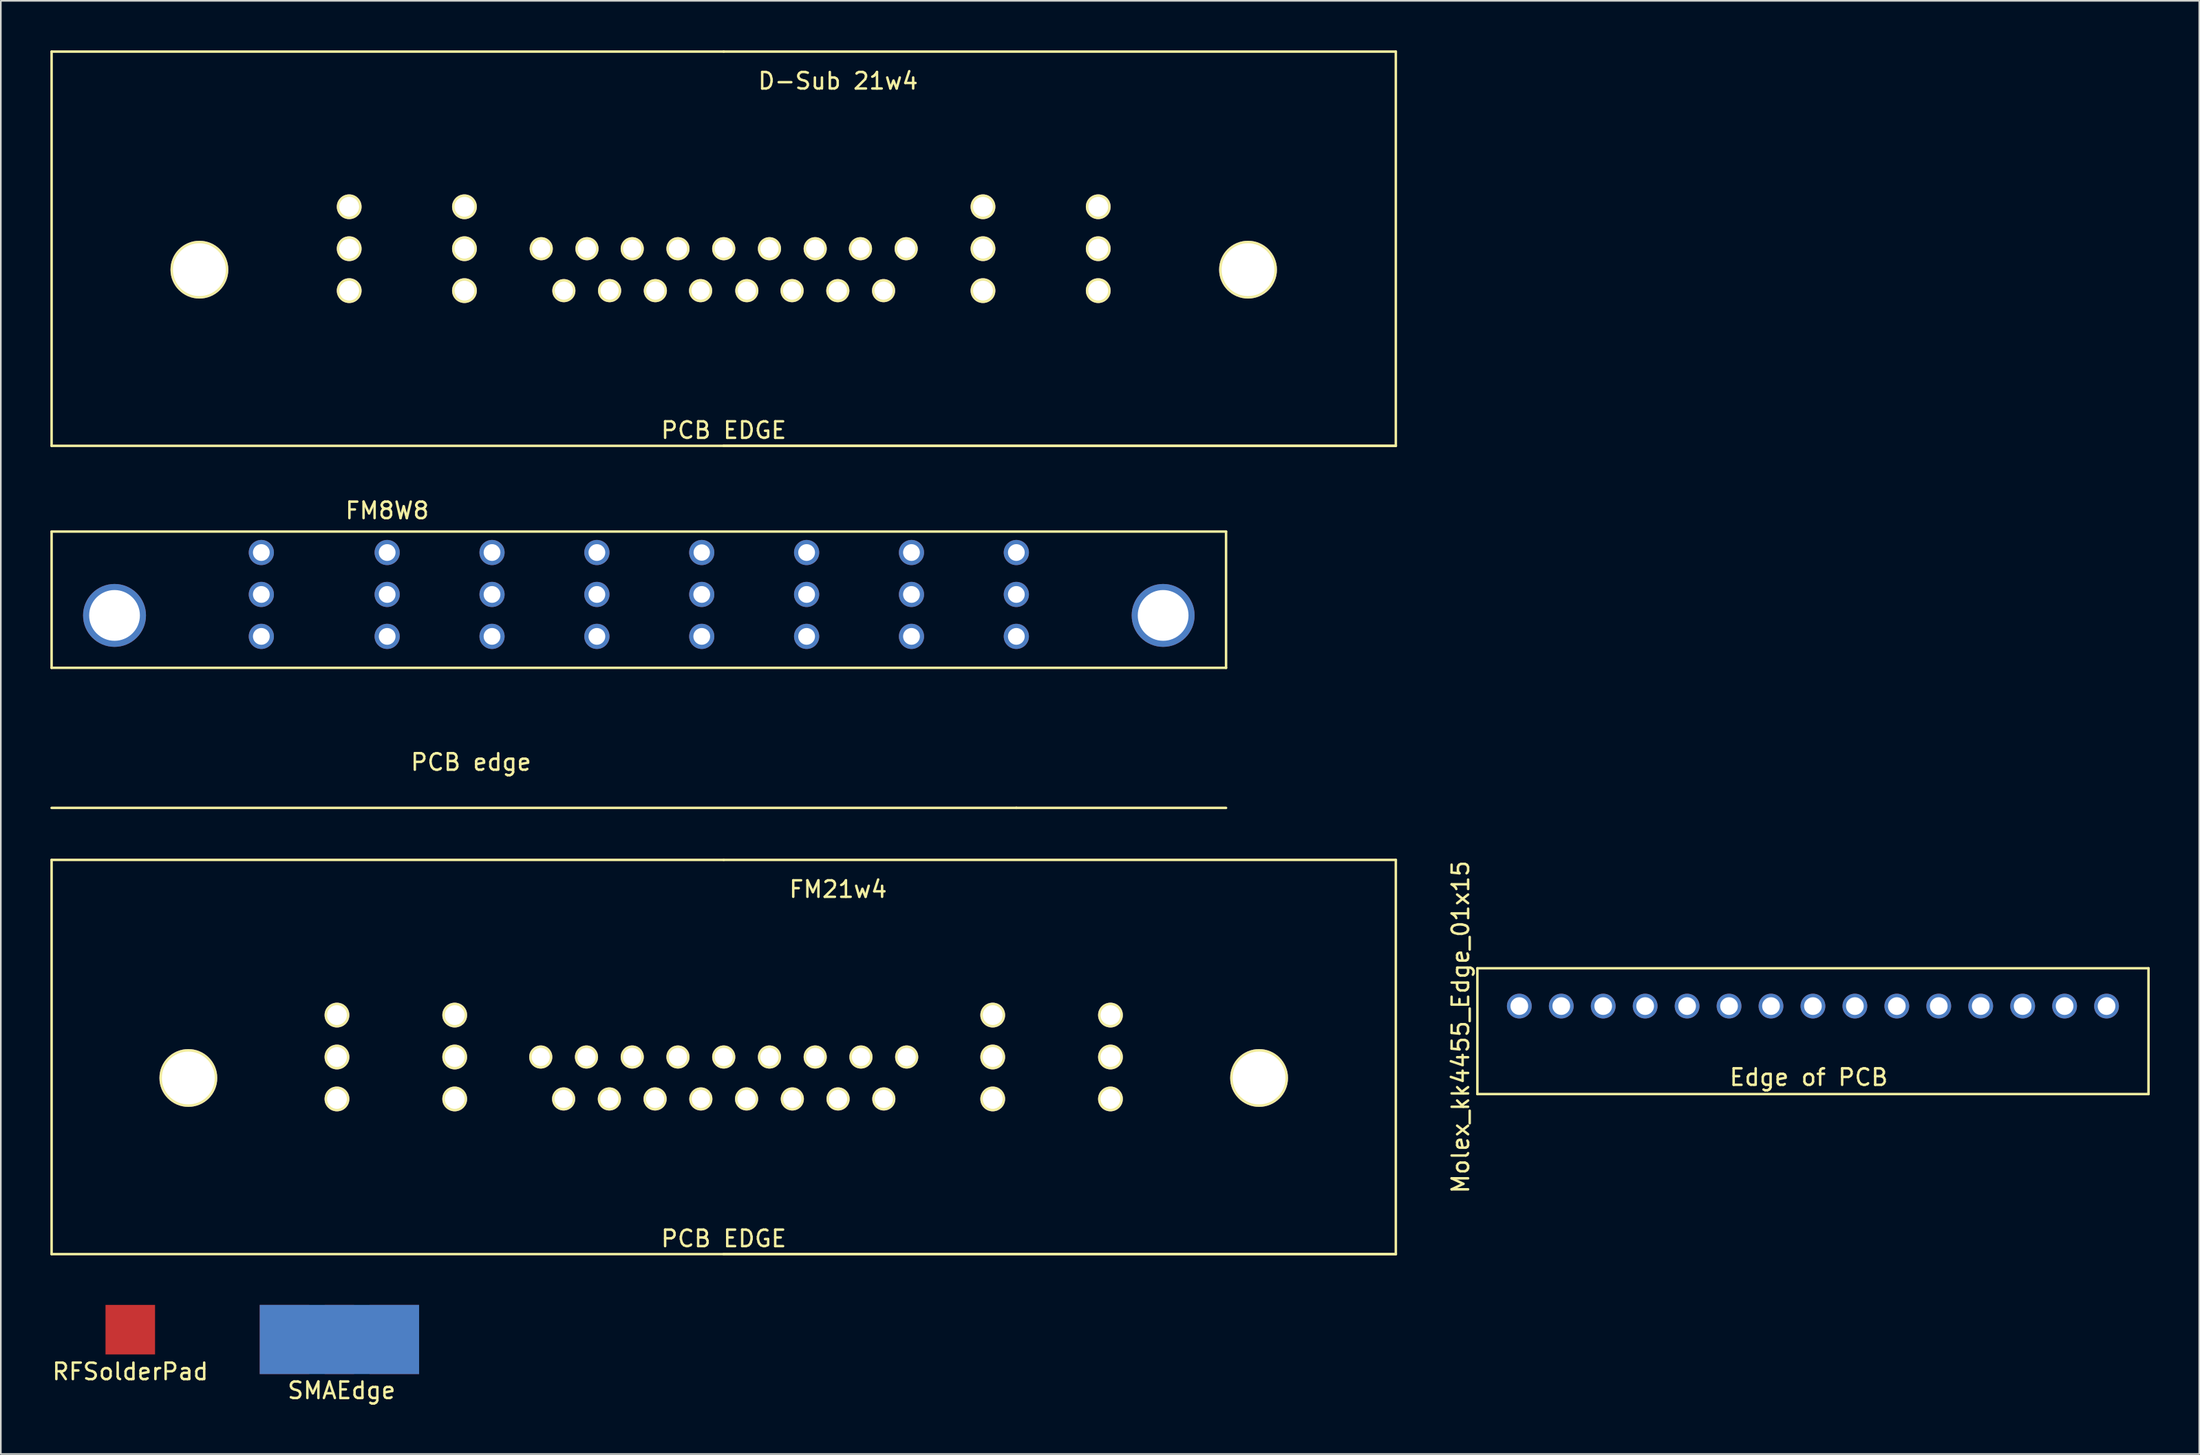
<source format=kicad_pcb>
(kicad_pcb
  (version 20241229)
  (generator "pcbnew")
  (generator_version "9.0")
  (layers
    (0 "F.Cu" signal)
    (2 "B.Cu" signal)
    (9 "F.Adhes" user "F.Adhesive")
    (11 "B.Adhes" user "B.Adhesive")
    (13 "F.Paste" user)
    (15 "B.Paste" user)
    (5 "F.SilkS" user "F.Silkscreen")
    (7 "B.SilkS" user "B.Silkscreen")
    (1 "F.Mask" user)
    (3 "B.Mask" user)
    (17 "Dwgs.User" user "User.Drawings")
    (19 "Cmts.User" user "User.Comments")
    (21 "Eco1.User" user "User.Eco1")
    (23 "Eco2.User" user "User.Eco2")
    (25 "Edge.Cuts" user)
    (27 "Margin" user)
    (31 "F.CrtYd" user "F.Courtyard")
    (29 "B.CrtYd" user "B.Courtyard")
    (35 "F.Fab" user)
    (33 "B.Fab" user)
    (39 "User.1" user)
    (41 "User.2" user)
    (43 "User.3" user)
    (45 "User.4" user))
  (footprint "FM8W8"
    (layer "F.Cu")
    (at 35.635 34.228)
    (property "Reference" "FM8W8" (at -15.24 -6.35 180) (layer "F.SilkS") (effects (font (size 1 1) (thickness 0.15))))
    (attr through_hole)
    (fp_line (start -35.56 -5.08) (end -35.56 3.175) (stroke (width 0.15) (type solid)) (layer "F.SilkS"))
    (fp_line (start -35.56 3.175) (end 35.56 3.175) (stroke (width 0.15) (type solid)) (layer "F.SilkS"))
    (fp_line (start -35.56 11.659) (end 22.86 11.659) (stroke (width 0.15) (type solid)) (layer "F.SilkS"))
    (fp_line (start 22.86 11.659) (end 35.56 11.659) (stroke (width 0.15) (type solid)) (layer "F.SilkS"))
    (fp_line (start 35.56 -5.08) (end -35.56 -5.08) (stroke (width 0.15) (type solid)) (layer "F.SilkS"))
    (fp_line (start 35.56 3.175) (end 35.56 -5.08) (stroke (width 0.15) (type solid)) (layer "F.SilkS"))
    (fp_text user "PCB edge" (at -10.16 8.89 0) (layer "F.SilkS") (effects (font (size 1 1) (thickness 0.15))))
    (pad "" thru_hole circle (at -31.75 0) (size 3.81 3.81) (drill 3.073) (layers "*.Cu" "*.Mask"))
    (pad "" thru_hole circle (at 31.75 0) (size 3.81 3.81) (drill 3.073) (layers "*.Cu" "*.Mask"))
    (pad "1" thru_hole circle (at -22.86 -1.27) (size 1.524 1.524) (drill 1.016) (layers "*.Cu" "*.Mask"))
    (pad "2" thru_hole circle (at -15.24 -1.27) (size 1.524 1.524) (drill 1.016) (layers "*.Cu" "*.Mask"))
    (pad "3" thru_hole circle (at -8.89 -1.27) (size 1.524 1.524) (drill 1.016) (layers "*.Cu" "*.Mask"))
    (pad "4" thru_hole circle (at -2.54 -1.27) (size 1.524 1.524) (drill 1.016) (layers "*.Cu" "*.Mask"))
    (pad "5" thru_hole circle (at 3.81 -1.27) (size 1.524 1.524) (drill 1.016) (layers "*.Cu" "*.Mask"))
    (pad "6" thru_hole circle (at 10.16 -1.27) (size 1.524 1.524) (drill 1.016) (layers "*.Cu" "*.Mask"))
    (pad "7" thru_hole circle (at 16.51 -1.27) (size 1.524 1.524) (drill 1.016) (layers "*.Cu" "*.Mask"))
    (pad "8" thru_hole circle (at 22.86 -1.27) (size 1.524 1.524) (drill 1.016) (layers "*.Cu" "*.Mask"))
    (pad "GNDD" thru_hole circle (at -22.86 -3.81) (size 1.524 1.524) (drill 1.016) (layers "*.Cu" "*.Mask"))
    (pad "GNDD" thru_hole circle (at -22.86 1.27) (size 1.524 1.524) (drill 1.016) (layers "*.Cu" "*.Mask"))
    (pad "GNDD" thru_hole circle (at -15.24 -3.81) (size 1.524 1.524) (drill 1.016) (layers "*.Cu" "*.Mask"))
    (pad "GNDD" thru_hole circle (at -15.24 1.27) (size 1.524 1.524) (drill 1.016) (layers "*.Cu" "*.Mask"))
    (pad "GNDD" thru_hole circle (at -8.89 -3.81) (size 1.524 1.524) (drill 1.016) (layers "*.Cu" "*.Mask"))
    (pad "GNDD" thru_hole circle (at -8.89 1.27) (size 1.524 1.524) (drill 1.016) (layers "*.Cu" "*.Mask"))
    (pad "GNDD" thru_hole circle (at -2.54 -3.81) (size 1.524 1.524) (drill 1.016) (layers "*.Cu" "*.Mask"))
    (pad "GNDD" thru_hole circle (at -2.54 1.27) (size 1.524 1.524) (drill 1.016) (layers "*.Cu" "*.Mask"))
    (pad "GNDD" thru_hole circle (at 3.81 -3.81) (size 1.524 1.524) (drill 0.991) (layers "*.Cu" "*.Mask"))
    (pad "GNDD" thru_hole circle (at 3.81 1.27) (size 1.524 1.524) (drill 1.016) (layers "*.Cu" "*.Mask"))
    (pad "GNDD" thru_hole circle (at 10.16 -3.81) (size 1.524 1.524) (drill 1.016) (layers "*.Cu" "*.Mask"))
    (pad "GNDD" thru_hole circle (at 10.16 1.27) (size 1.524 1.524) (drill 1.016) (layers "*.Cu" "*.Mask"))
    (pad "GNDD" thru_hole circle (at 16.51 -3.81) (size 1.524 1.524) (drill 1.016) (layers "*.Cu" "*.Mask"))
    (pad "GNDD" thru_hole circle (at 16.51 1.27) (size 1.524 1.524) (drill 1.016) (layers "*.Cu" "*.Mask"))
    (pad "GNDD" thru_hole circle (at 22.86 -3.81) (size 1.524 1.524) (drill 1.016) (layers "*.Cu" "*.Mask"))
    (pad "GNDD" thru_hole circle (at 22.86 1.27) (size 1.524 1.524) (drill 1.016) (layers "*.Cu" "*.Mask")))
  (footprint "FM21w4"
    (layer "F.Cu")
    (at 40.775 60.977)
    (property "Reference" "FM21w4" (at 6.925 -10.16 0) (layer "F.SilkS") (effects (font (size 1 1) (thickness 0.15))))
    (attr through_hole)
    (fp_line (start -40.7 -11.94) (end 0 -11.94) (stroke (width 0.15) (type solid)) (layer "F.SilkS"))
    (fp_line (start -40.7 11.94) (end -40.7 -11.94) (stroke (width 0.15) (type solid)) (layer "F.SilkS"))
    (fp_line (start 0 -11.94) (end 40.7 -11.94) (stroke (width 0.15) (type solid)) (layer "F.SilkS"))
    (fp_line (start 0 11.94) (end -40.7 11.94) (stroke (width 0.15) (type solid)) (layer "F.SilkS"))
    (fp_line (start 0 11.94) (end 40.7 11.94) (stroke (width 0.15) (type solid)) (layer "F.SilkS"))
    (fp_line (start 40.7 -11.94) (end 40.7 11.94) (stroke (width 0.15) (type solid)) (layer "F.SilkS"))
    (fp_line (start 40.7 11.94) (end 0 11.94) (stroke (width 0.15) (type solid)) (layer "F.SilkS"))
    (fp_text user "PCB EDGE" (at 0 11 0) (layer "F.SilkS") (effects (font (size 1 1) (thickness 0.15))))
    (pad "" thru_hole circle (at -32.42 1.27) (size 3.5 3.5) (drill 3.2) (layers "*.Cu" "*.Mask" "F.SilkS"))
    (pad "" thru_hole circle (at 32.42 1.27) (size 3.5 3.5) (drill 3.2) (layers "*.Cu" "*.Mask" "F.SilkS"))
    (pad "1" thru_hole circle (at 11.08 0) (size 1.4 1.4) (drill 1.1) (layers "*.Cu" "*.Mask" "F.SilkS"))
    (pad "2" thru_hole circle (at 8.31 0) (size 1.4 1.4) (drill 1.1) (layers "*.Cu" "*.Mask" "F.SilkS"))
    (pad "3" thru_hole circle (at 5.54 0) (size 1.4 1.4) (drill 1.1) (layers "*.Cu" "*.Mask" "F.SilkS"))
    (pad "4" thru_hole circle (at 2.77 0) (size 1.4 1.4) (drill 1.1) (layers "*.Cu" "*.Mask" "F.SilkS"))
    (pad "5" thru_hole circle (at 0 0) (size 1.4 1.4) (drill 1.1) (layers "*.Cu" "*.Mask" "F.SilkS"))
    (pad "6" thru_hole circle (at -2.77 0) (size 1.4 1.4) (drill 1.1) (layers "*.Cu" "*.Mask" "F.SilkS"))
    (pad "7" thru_hole circle (at -5.54 0) (size 1.4 1.4) (drill 1.1) (layers "*.Cu" "*.Mask" "F.SilkS"))
    (pad "8" thru_hole circle (at -8.31 0) (size 1.4 1.4) (drill 1.1) (layers "*.Cu" "*.Mask" "F.SilkS"))
    (pad "9" thru_hole circle (at -11.08 0) (size 1.4 1.4) (drill 1.1) (layers "*.Cu" "*.Mask" "F.SilkS"))
    (pad "10" thru_hole circle (at 9.695 2.54) (size 1.4 1.4) (drill 1.1) (layers "*.Cu" "*.Mask" "F.SilkS"))
    (pad "11" thru_hole circle (at 6.925 2.54) (size 1.4 1.4) (drill 1.1) (layers "*.Cu" "*.Mask" "F.SilkS"))
    (pad "12" thru_hole circle (at 4.155 2.54) (size 1.4 1.4) (drill 1.1) (layers "*.Cu" "*.Mask" "F.SilkS"))
    (pad "13" thru_hole circle (at 1.385 2.54) (size 1.4 1.4) (drill 1.1) (layers "*.Cu" "*.Mask" "F.SilkS"))
    (pad "14" thru_hole circle (at -1.385 2.54) (size 1.4 1.4) (drill 1.1) (layers "*.Cu" "*.Mask" "F.SilkS"))
    (pad "15" thru_hole circle (at -4.155 2.54) (size 1.4 1.4) (drill 1.1) (layers "*.Cu" "*.Mask" "F.SilkS"))
    (pad "16" thru_hole circle (at -6.925 2.54) (size 1.4 1.4) (drill 1.1) (layers "*.Cu" "*.Mask" "F.SilkS"))
    (pad "17" thru_hole circle (at -9.695 2.54) (size 1.4 1.4) (drill 1.1) (layers "*.Cu" "*.Mask" "F.SilkS"))
    (pad "A1" thru_hole circle (at 23.42 0) (size 1.5 1.5) (drill 1.2) (layers "*.Cu" "*.Mask" "F.SilkS"))
    (pad "A2" thru_hole circle (at 16.29 0) (size 1.5 1.5) (drill 1.2) (layers "*.Cu" "*.Mask" "F.SilkS"))
    (pad "A3" thru_hole circle (at -16.29 0) (size 1.5 1.5) (drill 1.2) (layers "*.Cu" "*.Mask" "F.SilkS"))
    (pad "A4" thru_hole circle (at -23.42 0) (size 1.5 1.5) (drill 1.2) (layers "*.Cu" "*.Mask" "F.SilkS"))
    (pad "GNDD" thru_hole circle (at -23.42 -2.54) (size 1.5 1.5) (drill 1.2) (layers "*.Cu" "*.Mask" "F.SilkS"))
    (pad "GNDD" thru_hole circle (at -23.42 2.54) (size 1.5 1.5) (drill 1.2) (layers "*.Cu" "*.Mask" "F.SilkS"))
    (pad "GNDD" thru_hole circle (at -16.29 -2.54) (size 1.5 1.5) (drill 1.2) (layers "*.Cu" "*.Mask" "F.SilkS"))
    (pad "GNDD" thru_hole circle (at -16.29 2.54) (size 1.5 1.5) (drill 1.2) (layers "*.Cu" "*.Mask" "F.SilkS"))
    (pad "GNDD" thru_hole circle (at 16.29 -2.54) (size 1.5 1.5) (drill 1.2) (layers "*.Cu" "*.Mask" "F.SilkS"))
    (pad "GNDD" thru_hole circle (at 16.29 2.54) (size 1.5 1.5) (drill 1.2) (layers "*.Cu" "*.Mask" "F.SilkS"))
    (pad "GNDD" thru_hole circle (at 23.42 -2.54) (size 1.5 1.5) (drill 1.2) (layers "*.Cu" "*.Mask" "F.SilkS"))
    (pad "GNDD" thru_hole circle (at 23.42 2.54) (size 1.5 1.5) (drill 1.2) (layers "*.Cu" "*.Mask" "F.SilkS")))
  (footprint "RFSolderPad"
    (layer "F.Cu")
    (at 4.839 77.492)
    (property "Reference" "RFSolderPad" (at 0 2.54 0) (layer "F.SilkS") (effects (font (size 1 1) (thickness 0.15))))
    (attr through_hole)
    (pad "" smd rect (at 0 0) (size 3 3) (layers "F.Cu" "F.Mask" "F.Paste")))
  (footprint "D-Sub 21w4"
    (layer "F.Cu")
    (at 40.775 12.015)
    (property "Reference" "D-Sub 21w4" (at 6.925 -10.16 0) (layer "F.SilkS") (effects (font (size 1 1) (thickness 0.15))))
    (attr through_hole)
    (fp_line (start -40.7 -11.94) (end 0 -11.94) (stroke (width 0.15) (type solid)) (layer "F.SilkS"))
    (fp_line (start -40.7 11.94) (end -40.7 -11.94) (stroke (width 0.15) (type solid)) (layer "F.SilkS"))
    (fp_line (start 0 -11.94) (end 40.7 -11.94) (stroke (width 0.15) (type solid)) (layer "F.SilkS"))
    (fp_line (start 0 11.94) (end -40.7 11.94) (stroke (width 0.15) (type solid)) (layer "F.SilkS"))
    (fp_line (start 0 11.94) (end 40.7 11.94) (stroke (width 0.15) (type solid)) (layer "F.SilkS"))
    (fp_line (start 40.7 -11.94) (end 40.7 11.94) (stroke (width 0.15) (type solid)) (layer "F.SilkS"))
    (fp_line (start 40.7 11.94) (end 0 11.94) (stroke (width 0.15) (type solid)) (layer "F.SilkS"))
    (fp_text user "PCB EDGE" (at 0 11 0) (layer "F.SilkS") (effects (font (size 1 1) (thickness 0.15))))
    (pad "" thru_hole circle (at -31.75 1.27) (size 3.5 3.5) (drill 3.2) (layers "*.Cu" "*.Mask" "F.SilkS"))
    (pad "" thru_hole circle (at 31.75 1.27) (size 3.5 3.5) (drill 3.2) (layers "*.Cu" "*.Mask" "F.SilkS"))
    (pad "1" thru_hole circle (at -11.05 0) (size 1.4 1.4) (drill 1.1) (layers "*.Cu" "*.Mask" "F.SilkS"))
    (pad "2" thru_hole circle (at -8.28 0) (size 1.4 1.4) (drill 1.1) (layers "*.Cu" "*.Mask" "F.SilkS"))
    (pad "3" thru_hole circle (at -5.54 0) (size 1.4 1.4) (drill 1.1) (layers "*.Cu" "*.Mask" "F.SilkS"))
    (pad "4" thru_hole circle (at -2.77 0) (size 1.4 1.4) (drill 1.1) (layers "*.Cu" "*.Mask" "F.SilkS"))
    (pad "5" thru_hole circle (at 0 0) (size 1.4 1.4) (drill 1.1) (layers "*.Cu" "*.Mask" "F.SilkS"))
    (pad "6" thru_hole circle (at 2.77 0) (size 1.4 1.4) (drill 1.1) (layers "*.Cu" "*.Mask" "F.SilkS"))
    (pad "7" thru_hole circle (at 5.54 0) (size 1.4 1.4) (drill 1.1) (layers "*.Cu" "*.Mask" "F.SilkS"))
    (pad "8" thru_hole circle (at 8.28 0) (size 1.4 1.4) (drill 1.1) (layers "*.Cu" "*.Mask" "F.SilkS"))
    (pad "9" thru_hole circle (at 11.05 0) (size 1.4 1.4) (drill 1.1) (layers "*.Cu" "*.Mask" "F.SilkS"))
    (pad "10" thru_hole circle (at -9.68 2.54) (size 1.4 1.4) (drill 1.1) (layers "*.Cu" "*.Mask" "F.SilkS"))
    (pad "11" thru_hole circle (at -6.91 2.54) (size 1.4 1.4) (drill 1.1) (layers "*.Cu" "*.Mask" "F.SilkS"))
    (pad "12" thru_hole circle (at -4.14 2.54) (size 1.4 1.4) (drill 1.1) (layers "*.Cu" "*.Mask" "F.SilkS"))
    (pad "13" thru_hole circle (at -1.4 2.54) (size 1.4 1.4) (drill 1.1) (layers "*.Cu" "*.Mask" "F.SilkS"))
    (pad "14" thru_hole circle (at 1.4 2.54) (size 1.4 1.4) (drill 1.1) (layers "*.Cu" "*.Mask" "F.SilkS"))
    (pad "15" thru_hole circle (at 4.14 2.54) (size 1.4 1.4) (drill 1.1) (layers "*.Cu" "*.Mask" "F.SilkS"))
    (pad "16" thru_hole circle (at 6.91 2.54) (size 1.4 1.4) (drill 1.1) (layers "*.Cu" "*.Mask" "F.SilkS"))
    (pad "17" thru_hole circle (at 9.68 2.54) (size 1.4 1.4) (drill 1.1) (layers "*.Cu" "*.Mask" "F.SilkS"))
    (pad "A1" thru_hole circle (at -22.68 0) (size 1.5 1.5) (drill 1.2) (layers "*.Cu" "*.Mask" "F.SilkS"))
    (pad "A2" thru_hole circle (at -15.7 0) (size 1.5 1.5) (drill 1.2) (layers "*.Cu" "*.Mask" "F.SilkS"))
    (pad "A3" thru_hole circle (at 15.7 0) (size 1.5 1.5) (drill 1.2) (layers "*.Cu" "*.Mask" "F.SilkS"))
    (pad "A4" thru_hole circle (at 22.68 0) (size 1.5 1.5) (drill 1.2) (layers "*.Cu" "*.Mask" "F.SilkS"))
    (pad "GNDD" thru_hole circle (at -22.68 -2.54) (size 1.5 1.5) (drill 1.2) (layers "*.Cu" "*.Mask" "F.SilkS"))
    (pad "GNDD" thru_hole circle (at -22.68 2.54) (size 1.5 1.5) (drill 1.2) (layers "*.Cu" "*.Mask" "F.SilkS"))
    (pad "GNDD" thru_hole circle (at -15.7 -2.54) (size 1.5 1.5) (drill 1.2) (layers "*.Cu" "*.Mask" "F.SilkS"))
    (pad "GNDD" thru_hole circle (at -15.7 2.54) (size 1.5 1.5) (drill 1.2) (layers "*.Cu" "*.Mask" "F.SilkS"))
    (pad "GNDD" thru_hole circle (at 15.7 -2.54) (size 1.5 1.5) (drill 1.2) (layers "*.Cu" "*.Mask" "F.SilkS"))
    (pad "GNDD" thru_hole circle (at 15.7 2.54) (size 1.5 1.5) (drill 1.2) (layers "*.Cu" "*.Mask" "F.SilkS"))
    (pad "GNDD" thru_hole circle (at 22.68 -2.54) (size 1.5 1.5) (drill 1.2) (layers "*.Cu" "*.Mask" "F.SilkS"))
    (pad "GNDD" thru_hole circle (at 22.68 2.54) (size 1.5 1.5) (drill 1.2) (layers "*.Cu" "*.Mask" "F.SilkS")))
  (footprint "Molex_kk4455_Edge_01x15"
    (layer "F.Cu")
    (at 106.734 63.222)
    (property "Reference" "Molex_kk4455_Edge_01x15" (at -21.336 -4.064 90) (layer "F.SilkS") (effects (font (size 1 1) (thickness 0.15))))
    (attr through_hole)
    (fp_line (start -20.32 -7.62) (end -20.32 0) (stroke (width 0.15) (type solid)) (layer "F.SilkS"))
    (fp_line (start -20.32 0) (end 20.32 0) (stroke (width 0.15) (type solid)) (layer "F.SilkS"))
    (fp_line (start 20.32 -7.62) (end -20.32 -7.62) (stroke (width 0.15) (type solid)) (layer "F.SilkS"))
    (fp_line (start 20.32 0) (end 20.32 -7.62) (stroke (width 0.15) (type solid)) (layer "F.SilkS"))
    (fp_text user "Edge of PCB" (at -0.254 -1.016 0) (layer "F.SilkS") (effects (font (size 1 1) (thickness 0.15))))
    (pad "1" thru_hole circle (at -17.78 -5.33) (size 1.5 1.5) (drill 1.07) (layers "*.Cu" "*.Mask"))
    (pad "2" thru_hole circle (at -15.24 -5.33) (size 1.5 1.5) (drill 1.07) (layers "*.Cu" "*.Mask"))
    (pad "3" thru_hole circle (at -12.7 -5.33) (size 1.5 1.5) (drill 1.07) (layers "*.Cu" "*.Mask"))
    (pad "4" thru_hole circle (at -10.16 -5.33) (size 1.5 1.5) (drill 1.07) (layers "*.Cu" "*.Mask"))
    (pad "5" thru_hole circle (at -7.62 -5.33) (size 1.5 1.5) (drill 1.07) (layers "*.Cu" "*.Mask"))
    (pad "6" thru_hole circle (at -5.08 -5.33) (size 1.5 1.5) (drill 1.07) (layers "*.Cu" "*.Mask"))
    (pad "7" thru_hole circle (at -2.54 -5.33) (size 1.5 1.5) (drill 1.07) (layers "*.Cu" "*.Mask"))
    (pad "8" thru_hole circle (at 0 -5.33) (size 1.5 1.5) (drill 1.07) (layers "*.Cu" "*.Mask"))
    (pad "9" thru_hole circle (at 2.54 -5.33) (size 1.5 1.5) (drill 1.07) (layers "*.Cu" "*.Mask"))
    (pad "10" thru_hole circle (at 5.08 -5.33) (size 1.5 1.5) (drill 1.07) (layers "*.Cu" "*.Mask"))
    (pad "11" thru_hole circle (at 7.62 -5.33) (size 1.5 1.5) (drill 1.07) (layers "*.Cu" "*.Mask"))
    (pad "12" thru_hole circle (at 10.16 -5.33) (size 1.5 1.5) (drill 1.07) (layers "*.Cu" "*.Mask"))
    (pad "13" thru_hole circle (at 12.7 -5.33) (size 1.5 1.5) (drill 1.07) (layers "*.Cu" "*.Mask"))
    (pad "14" thru_hole circle (at 15.24 -5.33) (size 1.5 1.5) (drill 1.07) (layers "*.Cu" "*.Mask"))
    (pad "15" thru_hole circle (at 17.78 -5.33) (size 1.5 1.5) (drill 1.07) (layers "*.Cu" "*.Mask")))
  (footprint "SMAEdge"
    (layer "F.Cu")
    (at 17.504 78.087)
    (property "Reference" "SMAEdge" (at 0.13 3.09 0) (layer "F.SilkS") (effects (font (size 1 1) (thickness 0.15))))
    (attr through_hole)
    (pad "1" smd rect (at -3.325 0) (size 3 4.19) (layers "F.Cu" "F.Mask" "F.Paste"))
    (pad "1" smd rect (at 0 0) (size 9.65 4.19) (layers "B.Cu" "B.Mask" "B.Paste"))
    (pad "2" smd rect (at 0 0) (size 1.78 4.19) (layers "F.Cu" "F.Mask" "F.Paste"))
    (pad "3" smd rect (at 3.325 0) (size 3 4.19) (layers "F.Cu" "F.Mask" "F.Paste")))
  (gr_rect
    (start -3 -3)
    (end 130.129 85.025)
    (stroke (width 0.1) (type default))
    (fill no)
    (layer "Edge.Cuts")))
</source>
